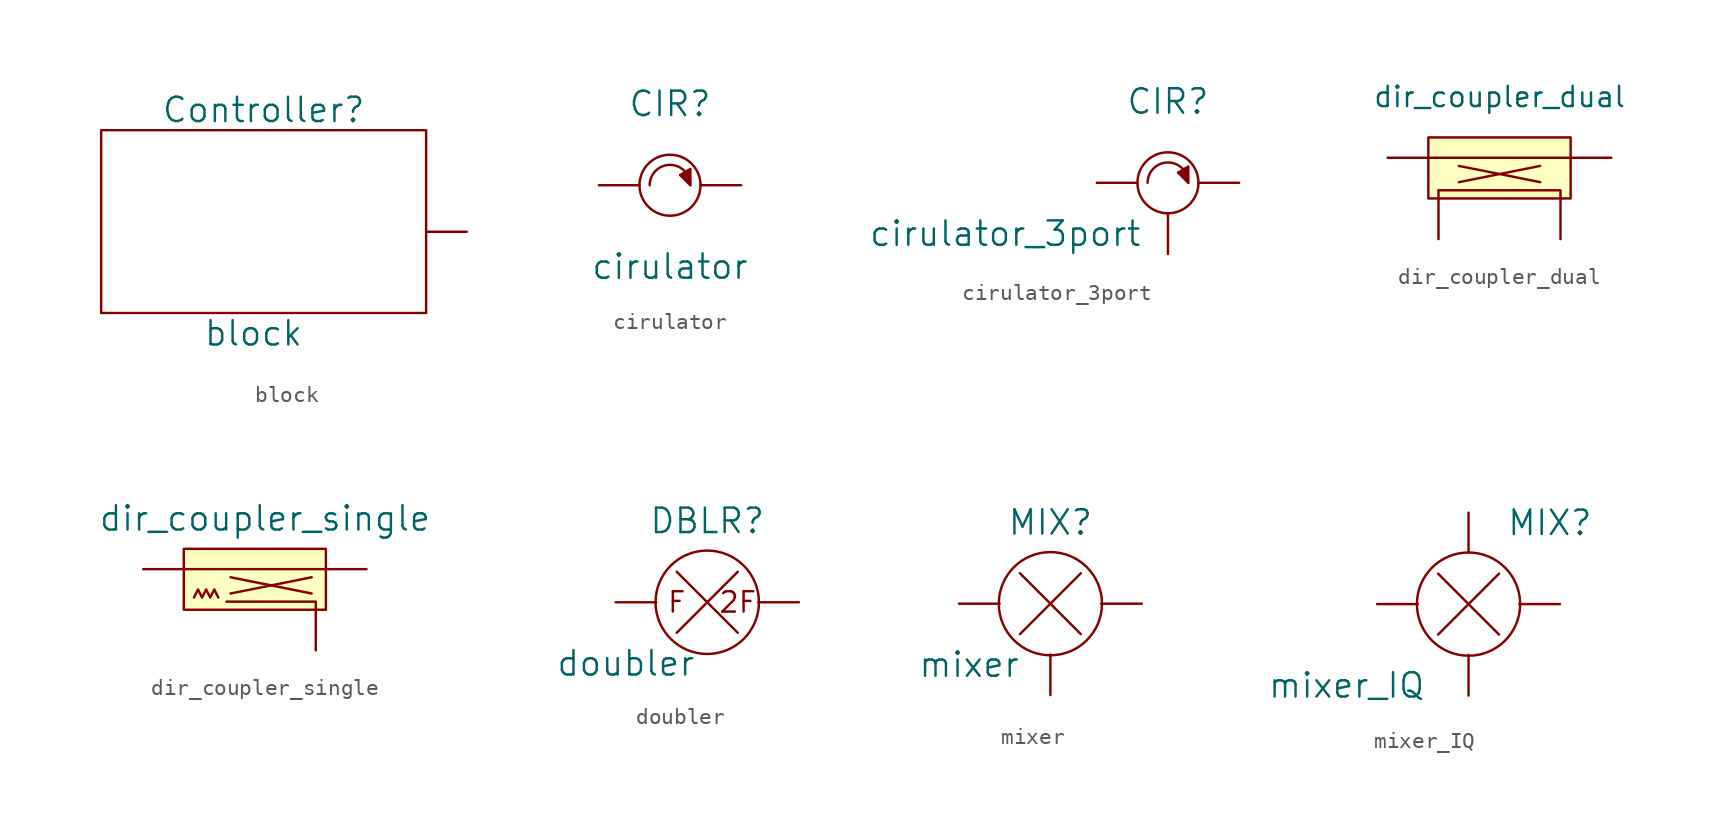
<source format=kicad_sym>
(kicad_symbol_lib
  (version 20211014)
  (generator kicad_symbol_editor)
  (symbol "block"
    (pin_names
      (offset 1.016))
    (property "Reference" "Controller"
      (at 0.635 7.62 0)
      (effects (font (size 1.524 1.524))))
    (property "Value" "block"
      (at 0 -6.35 0)
      (effects (font (size 1.524 1.524))))
    (property "Footprint" ""
      (at 0 0 0)
      (effects (font (size 1.524 1.524))))
    (property "Datasheet" ""
      (at 0 0 0)
      (effects (font (size 1.524 1.524))))
    (symbol "block_0_1"
      (rectangle (start 10.795 6.35) (end -9.525 -5.08) (stroke (width 0) (type default) (color 0 0 0 0)) (fill (type none))))
    (symbol "block_1_1"
      (pin input line (at 13.335 0 180) (length 2.54) (name "~" (effects (font (size 1.27 1.27)))) (number "~" (effects (font (size 1.27 1.27)))))))
  (symbol "cirulator"
    (pin_names
      (offset 1.016))
    (property "Reference" "CIR"
      (at 0 5.08 0)
      (effects (font (size 1.524 1.524))))
    (property "Value" "cirulator"
      (at 0 -5.08 0)
      (effects (font (size 1.524 1.524))))
    (property "Footprint" ""
      (at 0 0 0)
      (effects (font (size 1.524 1.524))))
    (property "Datasheet" ""
      (at 0 0 0)
      (effects (font (size 1.524 1.524))))
    (symbol "cirulator_0_1"
      (polyline (pts (xy 0.889 0.635) (xy 1.143 0.381)) (stroke (width 0) (type default) (color 0 0 0 0)) (fill (type none)))
      (polyline (pts (xy 1.27 0) (xy 0.635 0.635)) (stroke (width 0) (type default) (color 0 0 0 0)) (fill (type none)))
      (polyline (pts (xy 1.27 0.127) (xy 1.27 1.016) (xy 0.635 0.635) (xy 0.762 0.635) (xy 1.143 0.254) (xy 1.143 0.889) (xy 0.889 0.635) (xy 1.016 0.635)) (stroke (width 0) (type default) (color 0 0 0 0)) (fill (type none)))
      (circle (center 0 0) (radius 1.905) (stroke (width 0) (type default) (color 0 0 0 0)) (fill (type none)))
      (arc (start 1.27 0) (mid 0 1.27) (end -1.27 0) (stroke (width 0) (type default) (color 0 0 0 0)) (fill (type none))))
    (symbol "cirulator_1_1"
      (pin input line (at -4.445 0 0) (length 2.54) (name "~" (effects (font (size 1.27 1.27)))) (number "~" (effects (font (size 1.27 1.27)))))
      (pin input line (at 4.445 0 180) (length 2.54) (name "~" (effects (font (size 1.27 1.27)))) (number "~" (effects (font (size 1.27 1.27)))))))
  (symbol "cirulator_3port"
    (pin_names
      (offset 1.016))
    (property "Reference" "CIR"
      (at 0 5.08 0)
      (effects (font (size 1.524 1.524))))
    (property "Value" "cirulator_3port"
      (at -10.16 -3.175 0)
      (effects (font (size 1.524 1.524))))
    (property "Footprint" ""
      (at 0 0 0)
      (effects (font (size 1.524 1.524))))
    (property "Datasheet" ""
      (at 0 0 0)
      (effects (font (size 1.524 1.524))))
    (symbol "cirulator_3port_0_1"
      (polyline (pts (xy 0.889 0.635) (xy 1.143 0.381)) (stroke (width 0) (type default) (color 0 0 0 0)) (fill (type none)))
      (polyline (pts (xy 1.27 0) (xy 0.635 0.635)) (stroke (width 0) (type default) (color 0 0 0 0)) (fill (type none)))
      (polyline (pts (xy 1.27 0.127) (xy 1.27 1.016) (xy 0.635 0.635) (xy 0.762 0.635) (xy 1.143 0.254) (xy 1.143 0.889) (xy 0.889 0.635) (xy 1.016 0.635)) (stroke (width 0) (type default) (color 0 0 0 0)) (fill (type none)))
      (circle (center 0 0) (radius 1.905) (stroke (width 0) (type default) (color 0 0 0 0)) (fill (type none)))
      (arc (start 1.27 0) (mid 0 1.27) (end -1.27 0) (stroke (width 0) (type default) (color 0 0 0 0)) (fill (type none))))
    (symbol "cirulator_3port_1_1"
      (pin input line (at -4.445 0 0) (length 2.54) (name "~" (effects (font (size 1.27 1.27)))) (number "~" (effects (font (size 1.27 1.27)))))
      (pin input line (at 0 -4.445 90) (length 2.54) (name "~" (effects (font (size 1.27 1.27)))) (number "~" (effects (font (size 1.27 1.27)))))
      (pin input line (at 4.445 0 180) (length 2.54) (name "~" (effects (font (size 1.27 1.27)))) (number "~" (effects (font (size 1.27 1.27)))))))
  (symbol "dir_coupler_dual"
    (property "Reference" "U"
      (at 0 0 0)
      (effects (font (size 1.27 1.27)) hide))
    (property "Value" "dir_coupler_dual"
      (at 0 3.81 0)
      (effects (font (size 1.27 1.27))))
    (symbol "dir_coupler_dual_0_0"
      (polyline (pts (xy -4.445 0) (xy 4.445 0)) (stroke (width 0) (type default) (color 0 0 0 0)) (fill (type none))))
    (symbol "dir_coupler_dual_0_1"
      (polyline (pts (xy -3.81 -2.032) (xy -3.81 -2.54)) (stroke (width 0) (type default) (color 0 0 0 0)) (fill (type none)))
      (polyline (pts (xy -2.54 -1.524) (xy 2.54 -0.508)) (stroke (width 0) (type default) (color 0 0 0 0)) (fill (type none)))
      (polyline (pts (xy -2.54 -0.508) (xy 2.54 -1.524)) (stroke (width 0) (type default) (color 0 0 0 0)) (fill (type none)))
      (polyline (pts (xy -3.81 -2.032) (xy 3.81 -2.032) (xy 3.81 -2.54)) (stroke (width 0) (type default) (color 0 0 0 0)) (fill (type none)))
      (polyline (pts (xy 4.445 -2.54) (xy 4.445 1.27) (xy -4.445 1.27) (xy -4.445 -2.54) (xy 4.445 -2.54)) (stroke (width 0) (type default) (color 0 0 0 0)) (fill (type background))))
    (symbol "dir_coupler_dual_1_1"
      (pin input line (at -6.985 0 0) (length 2.54) (name "~" (effects (font (size 1.27 1.27)))) (number "~" (effects (font (size 1.27 1.27)))))
      (pin input line (at -3.81 -5.08 90) (length 2.54) (name "~" (effects (font (size 1.27 1.27)))) (number "~" (effects (font (size 1.27 1.27)))))
      (pin input line (at 3.81 -5.08 90) (length 2.54) (name "~" (effects (font (size 1.27 1.27)))) (number "~" (effects (font (size 1.27 1.27)))))
      (pin input line (at 6.985 0 180) (length 2.54) (name "~" (effects (font (size 1.27 1.27)))) (number "~" (effects (font (size 1.27 1.27)))))))
  (symbol "dir_coupler_single"
    (pin_names
      (offset 1.016))
    (property "Reference" "CP"
      (at 0 0 0)
      (effects (font (size 1.524 1.524)) hide))
    (property "Value" "dir_coupler_single"
      (at 0.635 3.175 0)
      (effects (font (size 1.524 1.524))))
    (property "Footprint" ""
      (at 0 0 0)
      (effects (font (size 1.524 1.524))))
    (property "Datasheet" ""
      (at 0 0 0)
      (effects (font (size 1.524 1.524))))
    (symbol "dir_coupler_single_0_0"
      (polyline (pts (xy -4.445 0) (xy 4.445 0)) (stroke (width 0) (type default) (color 0 0 0 0)) (fill (type none))))
    (symbol "dir_coupler_single_0_1"
      (polyline (pts (xy -1.524 -1.524) (xy 3.556 -0.508)) (stroke (width 0) (type default) (color 0 0 0 0)) (fill (type none)))
      (polyline (pts (xy -1.524 -0.508) (xy 3.556 -1.524)) (stroke (width 0) (type default) (color 0 0 0 0)) (fill (type none)))
      (polyline (pts (xy -1.778 -2.032) (xy 3.81 -2.032) (xy 3.81 -2.54)) (stroke (width 0) (type default) (color 0 0 0 0)) (fill (type none)))
      (polyline (pts (xy 4.445 -2.54) (xy 4.445 1.27) (xy -4.445 1.27) (xy -4.445 -2.54) (xy 4.445 -2.54)) (stroke (width 0) (type default) (color 0 0 0 0)) (fill (type background)))
      (polyline (pts (xy -3.81 -1.778) (xy -3.556 -1.27) (xy -3.302 -1.778) (xy -3.048 -1.27) (xy -2.794 -1.778) (xy -2.54 -1.27) (xy -2.286 -1.778)) (stroke (width 0) (type default) (color 0 0 0 0)) (fill (type none))))
    (symbol "dir_coupler_single_1_1"
      (pin input line (at -6.985 0 0) (length 2.54) (name "~" (effects (font (size 1.27 1.27)))) (number "~" (effects (font (size 1.27 1.27)))))
      (pin input line (at 3.81 -5.08 90) (length 2.54) (name "~" (effects (font (size 1.27 1.27)))) (number "~" (effects (font (size 1.27 1.27)))))
      (pin input line (at 6.985 0 180) (length 2.54) (name "~" (effects (font (size 1.27 1.27)))) (number "~" (effects (font (size 1.27 1.27)))))))
  (symbol "doubler"
    (pin_names
      (offset 1.016))
    (property "Reference" "DBLR"
      (at 0 5.08 0)
      (effects (font (size 1.524 1.524))))
    (property "Value" "doubler"
      (at -5.08 -3.81 0)
      (effects (font (size 1.524 1.524))))
    (property "Footprint" ""
      (at 0 0 0)
      (effects (font (size 1.524 1.524))))
    (property "Datasheet" ""
      (at 0 0 0)
      (effects (font (size 1.524 1.524))))
    (symbol "doubler_0_0"
      (text "2F" (at 1.905 0 0) (effects (font (size 1.27 1.27))))
      (text "F" (at -1.905 0 0) (effects (font (size 1.27 1.27)))))
    (symbol "doubler_0_1"
      (polyline (pts (xy -1.905 -1.905) (xy 1.905 1.905)) (stroke (width 0) (type default) (color 0 0 0 0)) (fill (type none)))
      (polyline (pts (xy -1.905 1.905) (xy 1.905 -1.905)) (stroke (width 0) (type default) (color 0 0 0 0)) (fill (type none)))
      (circle (center 0 0) (radius 3.226) (stroke (width 0) (type default) (color 0 0 0 0)) (fill (type none))))
    (symbol "doubler_1_1"
      (pin input line (at -5.715 0 0) (length 2.54) (name "~" (effects (font (size 1.27 1.27)))) (number "~" (effects (font (size 1.27 1.27)))))
      (pin input line (at 5.715 0 180) (length 2.54) (name "~" (effects (font (size 1.27 1.27)))) (number "~" (effects (font (size 1.27 1.27)))))))
  (symbol "mixer"
    (pin_names
      (offset 1.016))
    (property "Reference" "MIX"
      (at 0 5.08 0)
      (effects (font (size 1.524 1.524))))
    (property "Value" "mixer"
      (at -5.08 -3.81 0)
      (effects (font (size 1.524 1.524))))
    (property "Footprint" ""
      (at 0 0 0)
      (effects (font (size 1.524 1.524))))
    (property "Datasheet" ""
      (at 0 0 0)
      (effects (font (size 1.524 1.524))))
    (symbol "mixer_0_1"
      (polyline (pts (xy -1.905 -1.905) (xy 1.905 1.905)) (stroke (width 0) (type default) (color 0 0 0 0)) (fill (type none)))
      (polyline (pts (xy -1.905 1.905) (xy 1.905 -1.905)) (stroke (width 0) (type default) (color 0 0 0 0)) (fill (type none)))
      (circle (center 0 0) (radius 3.226) (stroke (width 0) (type default) (color 0 0 0 0)) (fill (type none))))
    (symbol "mixer_1_1"
      (pin input line (at -5.715 0 0) (length 2.54) (name "~" (effects (font (size 1.27 1.27)))) (number "~" (effects (font (size 1.27 1.27)))))
      (pin input line (at 0 -5.715 90) (length 2.54) (name "~" (effects (font (size 1.27 1.27)))) (number "~" (effects (font (size 1.27 1.27)))))
      (pin input line (at 5.715 0 180) (length 2.54) (name "~" (effects (font (size 1.27 1.27)))) (number "~" (effects (font (size 1.27 1.27)))))))
  (symbol "mixer_IQ"
    (pin_names
      (offset 1.016))
    (property "Reference" "MIX"
      (at 5.08 5.08 0)
      (effects (font (size 1.524 1.524))))
    (property "Value" "mixer_IQ"
      (at -7.62 -5.08 0)
      (effects (font (size 1.524 1.524))))
    (property "Footprint" ""
      (at 0 0 0)
      (effects (font (size 1.524 1.524))))
    (property "Datasheet" ""
      (at 0 0 0)
      (effects (font (size 1.524 1.524))))
    (symbol "mixer_IQ_0_1"
      (polyline (pts (xy -1.905 -1.905) (xy 1.905 1.905)) (stroke (width 0) (type default) (color 0 0 0 0)) (fill (type none)))
      (polyline (pts (xy -1.905 1.905) (xy 1.905 -1.905)) (stroke (width 0) (type default) (color 0 0 0 0)) (fill (type none)))
      (circle (center 0 0) (radius 3.226) (stroke (width 0) (type default) (color 0 0 0 0)) (fill (type none))))
    (symbol "mixer_IQ_1_1"
      (pin input line (at -5.715 0 0) (length 2.54) (name "~" (effects (font (size 1.27 1.27)))) (number "~" (effects (font (size 1.27 1.27)))))
      (pin input line (at 0 -5.715 90) (length 2.54) (name "~" (effects (font (size 1.27 1.27)))) (number "~" (effects (font (size 1.27 1.27)))))
      (pin input line (at 0 5.715 270) (length 2.489) (name "~" (effects (font (size 1.27 1.27)))) (number "~" (effects (font (size 1.27 1.27)))))
      (pin input line (at 5.715 0 180) (length 2.54) (name "~" (effects (font (size 1.27 1.27)))) (number "~" (effects (font (size 1.27 1.27))))))))
</source>
